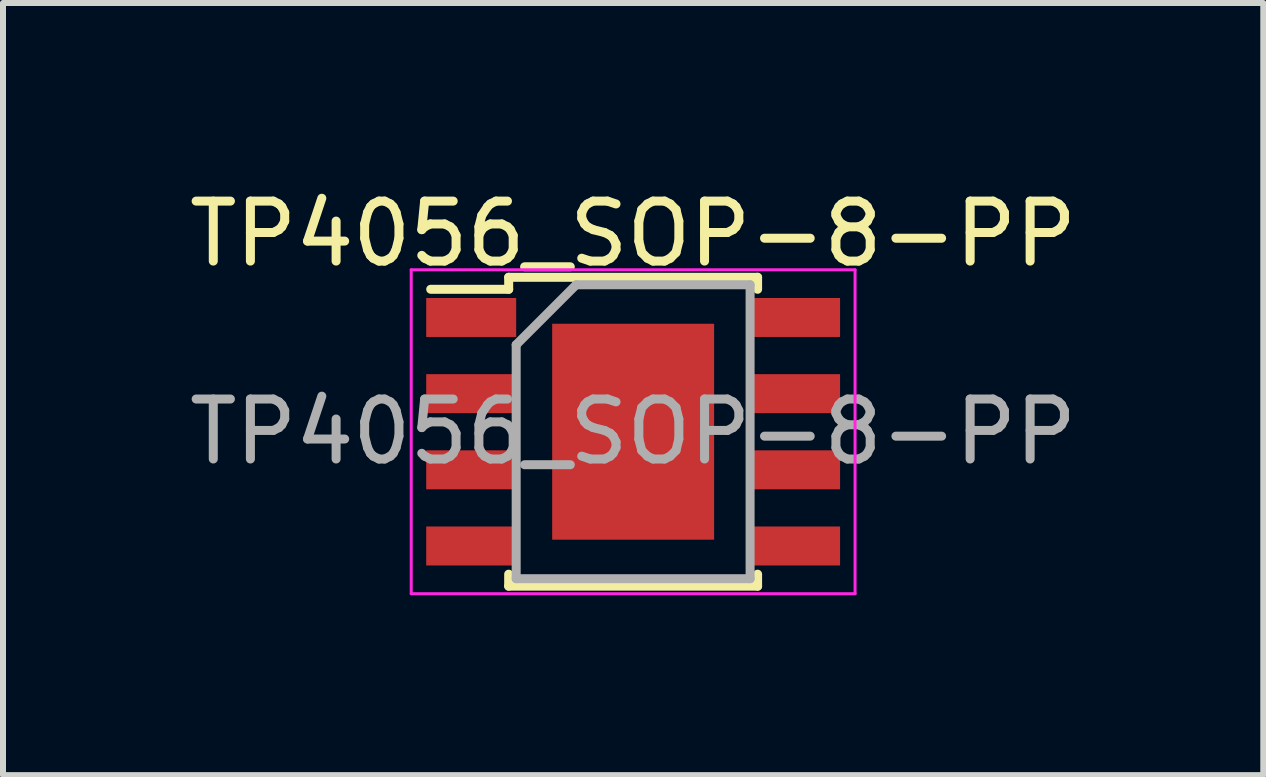
<source format=kicad_pcb>
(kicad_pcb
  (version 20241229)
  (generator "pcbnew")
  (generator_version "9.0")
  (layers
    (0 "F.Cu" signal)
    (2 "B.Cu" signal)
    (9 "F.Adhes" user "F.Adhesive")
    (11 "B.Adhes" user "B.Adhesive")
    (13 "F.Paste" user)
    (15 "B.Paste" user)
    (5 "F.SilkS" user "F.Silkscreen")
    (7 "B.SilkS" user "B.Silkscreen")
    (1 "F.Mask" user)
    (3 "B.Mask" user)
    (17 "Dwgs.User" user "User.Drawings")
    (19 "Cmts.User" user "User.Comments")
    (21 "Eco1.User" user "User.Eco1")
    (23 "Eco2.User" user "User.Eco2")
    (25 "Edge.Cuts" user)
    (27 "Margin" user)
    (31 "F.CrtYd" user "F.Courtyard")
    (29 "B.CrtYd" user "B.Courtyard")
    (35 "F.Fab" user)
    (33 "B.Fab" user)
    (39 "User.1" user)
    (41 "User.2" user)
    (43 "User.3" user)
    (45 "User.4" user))
  (footprint "TP4056_SOP-8-PP"
    (layer "F.Cu")
    (at 7.506 4.148)
    (property "Reference" "TP4056_SOP-8-PP" (at 0 -3.3 0) (layer "F.SilkS") (effects (font (size 1 1) (thickness 0.15))))
    (attr smd)
    (fp_line (start -2.075 -2.575) (end -2.075 -2.375) (stroke (width 0.15) (type solid)) (layer "F.SilkS"))
    (fp_line (start -2.075 -2.575) (end 2.075 -2.575) (stroke (width 0.15) (type solid)) (layer "F.SilkS"))
    (fp_line (start -2.075 -2.375) (end -3.375 -2.375) (stroke (width 0.15) (type solid)) (layer "F.SilkS"))
    (fp_line (start -2.075 2.575) (end -2.075 2.375) (stroke (width 0.15) (type solid)) (layer "F.SilkS"))
    (fp_line (start -2.075 2.575) (end 2.075 2.575) (stroke (width 0.15) (type solid)) (layer "F.SilkS"))
    (fp_line (start 2.075 -2.575) (end 2.075 -2.375) (stroke (width 0.15) (type solid)) (layer "F.SilkS"))
    (fp_line (start 2.075 2.575) (end 2.075 2.375) (stroke (width 0.15) (type solid)) (layer "F.SilkS"))
    (fp_line (start -3.7 -2.7) (end -3.7 2.7) (stroke (width 0.05) (type solid)) (layer "F.CrtYd"))
    (fp_line (start -3.7 -2.7) (end 3.7 -2.7) (stroke (width 0.05) (type solid)) (layer "F.CrtYd"))
    (fp_line (start -3.7 2.7) (end 3.7 2.7) (stroke (width 0.05) (type solid)) (layer "F.CrtYd"))
    (fp_line (start 3.7 -2.7) (end 3.7 2.7) (stroke (width 0.05) (type solid)) (layer "F.CrtYd"))
    (fp_line (start -1.95 -1.45) (end -0.95 -2.45) (stroke (width 0.15) (type solid)) (layer "F.Fab"))
    (fp_line (start -1.95 2.45) (end -1.95 -1.45) (stroke (width 0.15) (type solid)) (layer "F.Fab"))
    (fp_line (start -0.95 -2.45) (end 1.95 -2.45) (stroke (width 0.15) (type solid)) (layer "F.Fab"))
    (fp_line (start 1.95 -2.45) (end 1.95 2.45) (stroke (width 0.15) (type solid)) (layer "F.Fab"))
    (fp_line (start 1.95 2.45) (end -1.95 2.45) (stroke (width 0.15) (type solid)) (layer "F.Fab"))
    (fp_text user "${REFERENCE}" (at 0 0 0) (layer "F.Fab") (effects (font (size 1 1) (thickness 0.15))))
    (pad "1" smd rect (at -2.7 -1.905) (size 1.5 0.65) (layers "F.Cu" "F.Mask" "F.Paste"))
    (pad "2" smd rect (at -2.7 -0.635) (size 1.5 0.65) (layers "F.Cu" "F.Mask" "F.Paste"))
    (pad "3" smd rect (at -2.7 0.635) (size 1.5 0.65) (layers "F.Cu" "F.Mask" "F.Paste"))
    (pad "4" smd rect (at -2.7 1.905) (size 1.5 0.65) (layers "F.Cu" "F.Mask" "F.Paste"))
    (pad "5" smd rect (at 2.7 1.905) (size 1.5 0.65) (layers "F.Cu" "F.Mask" "F.Paste"))
    (pad "6" smd rect (at 2.7 0.635) (size 1.5 0.65) (layers "F.Cu" "F.Mask" "F.Paste"))
    (pad "7" smd rect (at 2.7 -0.635) (size 1.5 0.65) (layers "F.Cu" "F.Mask" "F.Paste"))
    (pad "8" smd rect (at 2.7 -1.905) (size 1.5 0.65) (layers "F.Cu" "F.Mask" "F.Paste"))
    (pad "9" smd rect (at 0 0) (size 2.7 3.6) (layers "F.Cu" "F.Mask" "F.Paste")))
  (gr_rect
    (start -3 -3)
    (end 18.012 9.873)
    (stroke (width 0.1) (type default))
    (fill no)
    (layer "Edge.Cuts")))
</source>
